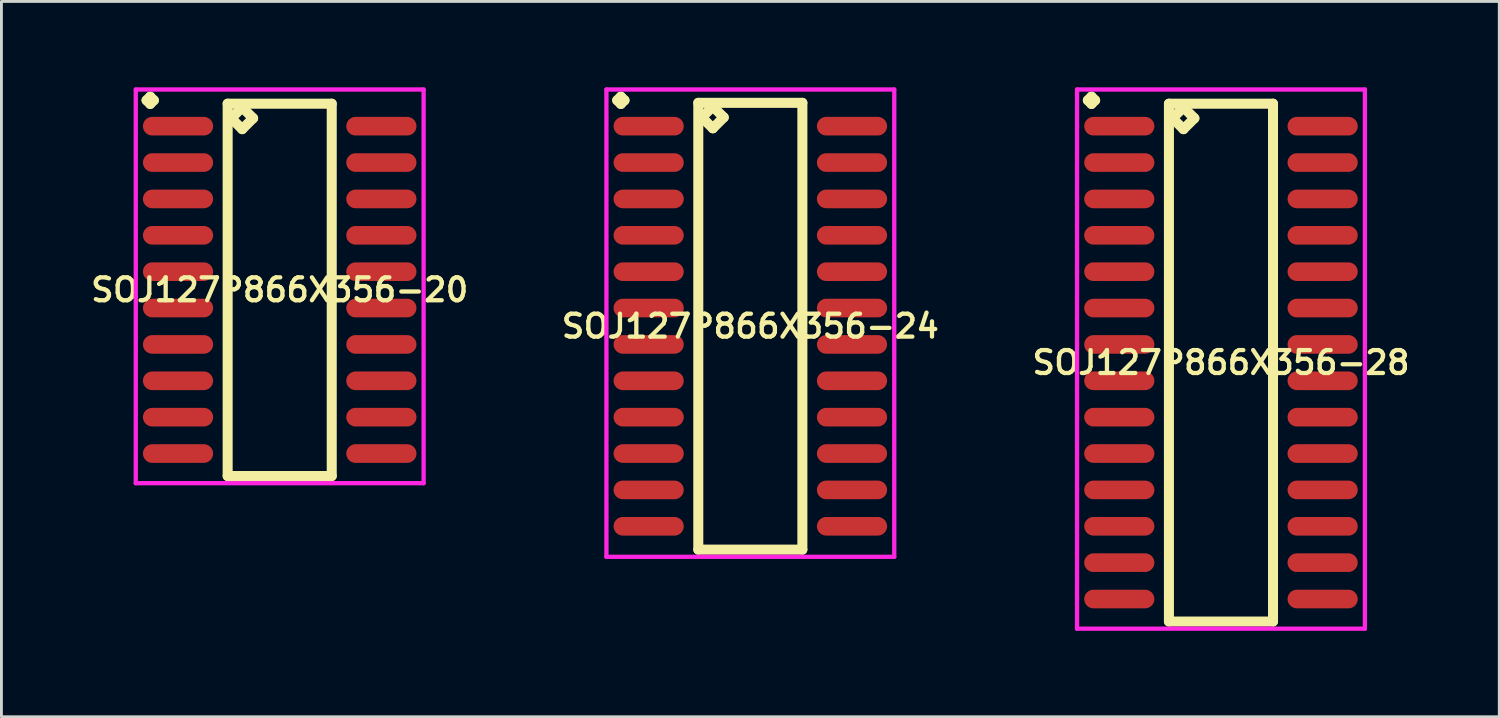
<source format=kicad_pcb>
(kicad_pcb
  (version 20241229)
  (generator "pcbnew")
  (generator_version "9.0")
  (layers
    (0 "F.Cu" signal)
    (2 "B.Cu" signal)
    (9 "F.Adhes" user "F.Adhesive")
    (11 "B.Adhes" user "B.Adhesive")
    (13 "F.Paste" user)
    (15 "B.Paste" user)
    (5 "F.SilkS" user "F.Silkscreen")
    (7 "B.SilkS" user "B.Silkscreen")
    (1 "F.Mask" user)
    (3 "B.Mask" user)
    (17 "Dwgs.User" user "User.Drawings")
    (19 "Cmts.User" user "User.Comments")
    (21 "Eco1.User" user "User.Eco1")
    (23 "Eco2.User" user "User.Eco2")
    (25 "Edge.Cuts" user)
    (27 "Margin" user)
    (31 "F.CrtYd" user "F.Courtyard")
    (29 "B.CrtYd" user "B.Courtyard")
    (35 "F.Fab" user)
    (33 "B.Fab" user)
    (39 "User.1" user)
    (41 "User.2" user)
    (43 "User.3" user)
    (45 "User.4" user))
  (footprint "SOJ127P866X356-20"
    (layer "F.Cu")
    (at 6.716 7.071)
    (property "Reference" "SOJ127P866X356-20" (at 0 0 0) (layer "F.SilkS") (effects (font (size 0.8 0.8) (thickness 0.15))))
    (attr smd)
    (fp_line (start -4.648 -6.619) (end -4.521 -6.746) (stroke (width 0.35) (type solid)) (layer "F.SilkS"))
    (fp_line (start -4.521 -6.746) (end -4.394 -6.619) (stroke (width 0.35) (type solid)) (layer "F.SilkS"))
    (fp_line (start -4.521 -6.492) (end -4.648 -6.619) (stroke (width 0.35) (type solid)) (layer "F.SilkS"))
    (fp_line (start -4.394 -6.619) (end -4.521 -6.492) (stroke (width 0.35) (type solid)) (layer "F.SilkS"))
    (fp_line (start -1.817 -6.5) (end -1.817 6.5) (stroke (width 0.35) (type solid)) (layer "F.SilkS"))
    (fp_line (start -1.817 6.5) (end 1.817 6.5) (stroke (width 0.35) (type solid)) (layer "F.SilkS"))
    (fp_line (start -1.69 -5.992) (end -1.309 -6.373) (stroke (width 0.35) (type solid)) (layer "F.SilkS"))
    (fp_line (start -1.309 -6.373) (end -0.928 -5.992) (stroke (width 0.35) (type solid)) (layer "F.SilkS"))
    (fp_line (start -1.309 -5.611) (end -1.69 -5.992) (stroke (width 0.35) (type solid)) (layer "F.SilkS"))
    (fp_line (start -0.928 -5.992) (end -1.309 -5.611) (stroke (width 0.35) (type solid)) (layer "F.SilkS"))
    (fp_line (start 1.817 -6.5) (end -1.817 -6.5) (stroke (width 0.35) (type solid)) (layer "F.SilkS"))
    (fp_line (start 1.817 6.5) (end 1.817 -6.5) (stroke (width 0.35) (type solid)) (layer "F.SilkS"))
    (fp_line (start -5.025 -6.996) (end 5.025 -6.996) (stroke (width 0.15) (type solid)) (layer "F.CrtYd"))
    (fp_line (start -5.025 6.75) (end -5.025 -6.996) (stroke (width 0.15) (type solid)) (layer "F.CrtYd"))
    (fp_line (start 5.025 -6.996) (end 5.025 6.75) (stroke (width 0.15) (type solid)) (layer "F.CrtYd"))
    (fp_line (start 5.025 6.75) (end -5.025 6.75) (stroke (width 0.15) (type solid)) (layer "F.CrtYd"))
    (pad "1" smd oval (at -3.55 -5.715) (size 2.45 0.65) (layers "F.Cu" "F.Mask" "F.Paste"))
    (pad "2" smd oval (at -3.55 -4.445) (size 2.45 0.65) (layers "F.Cu" "F.Mask" "F.Paste"))
    (pad "3" smd oval (at -3.55 -3.175) (size 2.45 0.65) (layers "F.Cu" "F.Mask" "F.Paste"))
    (pad "4" smd oval (at -3.55 -1.905) (size 2.45 0.65) (layers "F.Cu" "F.Mask" "F.Paste"))
    (pad "5" smd oval (at -3.55 -0.635) (size 2.45 0.65) (layers "F.Cu" "F.Mask" "F.Paste"))
    (pad "6" smd oval (at -3.55 0.635) (size 2.45 0.65) (layers "F.Cu" "F.Mask" "F.Paste"))
    (pad "7" smd oval (at -3.55 1.905) (size 2.45 0.65) (layers "F.Cu" "F.Mask" "F.Paste"))
    (pad "8" smd oval (at -3.55 3.175) (size 2.45 0.65) (layers "F.Cu" "F.Mask" "F.Paste"))
    (pad "9" smd oval (at -3.55 4.445) (size 2.45 0.65) (layers "F.Cu" "F.Mask" "F.Paste"))
    (pad "10" smd oval (at -3.55 5.715) (size 2.45 0.65) (layers "F.Cu" "F.Mask" "F.Paste"))
    (pad "11" smd oval (at 3.55 5.715) (size 2.45 0.65) (layers "F.Cu" "F.Mask" "F.Paste"))
    (pad "12" smd oval (at 3.55 4.445) (size 2.45 0.65) (layers "F.Cu" "F.Mask" "F.Paste"))
    (pad "13" smd oval (at 3.55 3.175) (size 2.45 0.65) (layers "F.Cu" "F.Mask" "F.Paste"))
    (pad "14" smd oval (at 3.55 1.905) (size 2.45 0.65) (layers "F.Cu" "F.Mask" "F.Paste"))
    (pad "15" smd oval (at 3.55 0.635) (size 2.45 0.65) (layers "F.Cu" "F.Mask" "F.Paste"))
    (pad "16" smd oval (at 3.55 -0.635) (size 2.45 0.65) (layers "F.Cu" "F.Mask" "F.Paste"))
    (pad "17" smd oval (at 3.55 -1.905) (size 2.45 0.65) (layers "F.Cu" "F.Mask" "F.Paste"))
    (pad "18" smd oval (at 3.55 -3.175) (size 2.45 0.65) (layers "F.Cu" "F.Mask" "F.Paste"))
    (pad "19" smd oval (at 3.55 -4.445) (size 2.45 0.65) (layers "F.Cu" "F.Mask" "F.Paste"))
    (pad "20" smd oval (at 3.55 -5.715) (size 2.45 0.65) (layers "F.Cu" "F.Mask" "F.Paste")))
  (footprint "SOJ127P866X356-24"
    (layer "F.Cu")
    (at 23.149 8.341)
    (property "Reference" "SOJ127P866X356-24" (at 0 0 0) (layer "F.SilkS") (effects (font (size 0.8 0.8) (thickness 0.15))))
    (attr smd)
    (fp_line (start -4.648 -7.889) (end -4.521 -8.016) (stroke (width 0.35) (type solid)) (layer "F.SilkS"))
    (fp_line (start -4.521 -8.016) (end -4.394 -7.889) (stroke (width 0.35) (type solid)) (layer "F.SilkS"))
    (fp_line (start -4.521 -7.762) (end -4.648 -7.889) (stroke (width 0.35) (type solid)) (layer "F.SilkS"))
    (fp_line (start -4.394 -7.889) (end -4.521 -7.762) (stroke (width 0.35) (type solid)) (layer "F.SilkS"))
    (fp_line (start -1.817 -7.8) (end -1.817 7.8) (stroke (width 0.35) (type solid)) (layer "F.SilkS"))
    (fp_line (start -1.817 7.8) (end 1.817 7.8) (stroke (width 0.35) (type solid)) (layer "F.SilkS"))
    (fp_line (start -1.69 -7.292) (end -1.309 -7.673) (stroke (width 0.35) (type solid)) (layer "F.SilkS"))
    (fp_line (start -1.309 -7.673) (end -0.928 -7.292) (stroke (width 0.35) (type solid)) (layer "F.SilkS"))
    (fp_line (start -1.309 -6.911) (end -1.69 -7.292) (stroke (width 0.35) (type solid)) (layer "F.SilkS"))
    (fp_line (start -0.928 -7.292) (end -1.309 -6.911) (stroke (width 0.35) (type solid)) (layer "F.SilkS"))
    (fp_line (start 1.817 -7.8) (end -1.817 -7.8) (stroke (width 0.35) (type solid)) (layer "F.SilkS"))
    (fp_line (start 1.817 7.8) (end 1.817 -7.8) (stroke (width 0.35) (type solid)) (layer "F.SilkS"))
    (fp_line (start -5.025 -8.266) (end 5.025 -8.266) (stroke (width 0.15) (type solid)) (layer "F.CrtYd"))
    (fp_line (start -5.025 8.05) (end -5.025 -8.266) (stroke (width 0.15) (type solid)) (layer "F.CrtYd"))
    (fp_line (start 5.025 -8.266) (end 5.025 8.05) (stroke (width 0.15) (type solid)) (layer "F.CrtYd"))
    (fp_line (start 5.025 8.05) (end -5.025 8.05) (stroke (width 0.15) (type solid)) (layer "F.CrtYd"))
    (pad "1" smd oval (at -3.55 -6.985) (size 2.45 0.65) (layers "F.Cu" "F.Mask" "F.Paste"))
    (pad "2" smd oval (at -3.55 -5.715) (size 2.45 0.65) (layers "F.Cu" "F.Mask" "F.Paste"))
    (pad "3" smd oval (at -3.55 -4.445) (size 2.45 0.65) (layers "F.Cu" "F.Mask" "F.Paste"))
    (pad "4" smd oval (at -3.55 -3.175) (size 2.45 0.65) (layers "F.Cu" "F.Mask" "F.Paste"))
    (pad "5" smd oval (at -3.55 -1.905) (size 2.45 0.65) (layers "F.Cu" "F.Mask" "F.Paste"))
    (pad "6" smd oval (at -3.55 -0.635) (size 2.45 0.65) (layers "F.Cu" "F.Mask" "F.Paste"))
    (pad "7" smd oval (at -3.55 0.635) (size 2.45 0.65) (layers "F.Cu" "F.Mask" "F.Paste"))
    (pad "8" smd oval (at -3.55 1.905) (size 2.45 0.65) (layers "F.Cu" "F.Mask" "F.Paste"))
    (pad "9" smd oval (at -3.55 3.175) (size 2.45 0.65) (layers "F.Cu" "F.Mask" "F.Paste"))
    (pad "10" smd oval (at -3.55 4.445) (size 2.45 0.65) (layers "F.Cu" "F.Mask" "F.Paste"))
    (pad "11" smd oval (at -3.55 5.715) (size 2.45 0.65) (layers "F.Cu" "F.Mask" "F.Paste"))
    (pad "12" smd oval (at -3.55 6.985) (size 2.45 0.65) (layers "F.Cu" "F.Mask" "F.Paste"))
    (pad "13" smd oval (at 3.55 6.985) (size 2.45 0.65) (layers "F.Cu" "F.Mask" "F.Paste"))
    (pad "14" smd oval (at 3.55 5.715) (size 2.45 0.65) (layers "F.Cu" "F.Mask" "F.Paste"))
    (pad "15" smd oval (at 3.55 4.445) (size 2.45 0.65) (layers "F.Cu" "F.Mask" "F.Paste"))
    (pad "16" smd oval (at 3.55 3.175) (size 2.45 0.65) (layers "F.Cu" "F.Mask" "F.Paste"))
    (pad "17" smd oval (at 3.55 1.905) (size 2.45 0.65) (layers "F.Cu" "F.Mask" "F.Paste"))
    (pad "18" smd oval (at 3.55 0.635) (size 2.45 0.65) (layers "F.Cu" "F.Mask" "F.Paste"))
    (pad "19" smd oval (at 3.55 -0.635) (size 2.45 0.65) (layers "F.Cu" "F.Mask" "F.Paste"))
    (pad "20" smd oval (at 3.55 -1.905) (size 2.45 0.65) (layers "F.Cu" "F.Mask" "F.Paste"))
    (pad "21" smd oval (at 3.55 -3.175) (size 2.45 0.65) (layers "F.Cu" "F.Mask" "F.Paste"))
    (pad "22" smd oval (at 3.55 -4.445) (size 2.45 0.65) (layers "F.Cu" "F.Mask" "F.Paste"))
    (pad "23" smd oval (at 3.55 -5.715) (size 2.45 0.65) (layers "F.Cu" "F.Mask" "F.Paste"))
    (pad "24" smd oval (at 3.55 -6.985) (size 2.45 0.65) (layers "F.Cu" "F.Mask" "F.Paste")))
  (footprint "SOJ127P866X356-28"
    (layer "F.Cu")
    (at 39.582 9.611)
    (property "Reference" "SOJ127P866X356-28" (at 0 0 0) (layer "F.SilkS") (effects (font (size 0.8 0.8) (thickness 0.15))))
    (attr smd)
    (fp_line (start -4.648 -9.159) (end -4.521 -9.286) (stroke (width 0.35) (type solid)) (layer "F.SilkS"))
    (fp_line (start -4.521 -9.286) (end -4.394 -9.159) (stroke (width 0.35) (type solid)) (layer "F.SilkS"))
    (fp_line (start -4.521 -9.032) (end -4.648 -9.159) (stroke (width 0.35) (type solid)) (layer "F.SilkS"))
    (fp_line (start -4.394 -9.159) (end -4.521 -9.032) (stroke (width 0.35) (type solid)) (layer "F.SilkS"))
    (fp_line (start -1.817 -9.04) (end -1.817 9.04) (stroke (width 0.35) (type solid)) (layer "F.SilkS"))
    (fp_line (start -1.817 9.04) (end 1.817 9.04) (stroke (width 0.35) (type solid)) (layer "F.SilkS"))
    (fp_line (start -1.69 -8.532) (end -1.309 -8.913) (stroke (width 0.35) (type solid)) (layer "F.SilkS"))
    (fp_line (start -1.309 -8.913) (end -0.928 -8.532) (stroke (width 0.35) (type solid)) (layer "F.SilkS"))
    (fp_line (start -1.309 -8.151) (end -1.69 -8.532) (stroke (width 0.35) (type solid)) (layer "F.SilkS"))
    (fp_line (start -0.928 -8.532) (end -1.309 -8.151) (stroke (width 0.35) (type solid)) (layer "F.SilkS"))
    (fp_line (start 1.817 -9.04) (end -1.817 -9.04) (stroke (width 0.35) (type solid)) (layer "F.SilkS"))
    (fp_line (start 1.817 9.04) (end 1.817 -9.04) (stroke (width 0.35) (type solid)) (layer "F.SilkS"))
    (fp_line (start -5.025 -9.536) (end 5.025 -9.536) (stroke (width 0.15) (type solid)) (layer "F.CrtYd"))
    (fp_line (start -5.025 9.29) (end -5.025 -9.536) (stroke (width 0.15) (type solid)) (layer "F.CrtYd"))
    (fp_line (start 5.025 -9.536) (end 5.025 9.29) (stroke (width 0.15) (type solid)) (layer "F.CrtYd"))
    (fp_line (start 5.025 9.29) (end -5.025 9.29) (stroke (width 0.15) (type solid)) (layer "F.CrtYd"))
    (pad "1" smd oval (at -3.55 -8.255) (size 2.45 0.65) (layers "F.Cu" "F.Mask" "F.Paste"))
    (pad "2" smd oval (at -3.55 -6.985) (size 2.45 0.65) (layers "F.Cu" "F.Mask" "F.Paste"))
    (pad "3" smd oval (at -3.55 -5.715) (size 2.45 0.65) (layers "F.Cu" "F.Mask" "F.Paste"))
    (pad "4" smd oval (at -3.55 -4.445) (size 2.45 0.65) (layers "F.Cu" "F.Mask" "F.Paste"))
    (pad "5" smd oval (at -3.55 -3.175) (size 2.45 0.65) (layers "F.Cu" "F.Mask" "F.Paste"))
    (pad "6" smd oval (at -3.55 -1.905) (size 2.45 0.65) (layers "F.Cu" "F.Mask" "F.Paste"))
    (pad "7" smd oval (at -3.55 -0.635) (size 2.45 0.65) (layers "F.Cu" "F.Mask" "F.Paste"))
    (pad "8" smd oval (at -3.55 0.635) (size 2.45 0.65) (layers "F.Cu" "F.Mask" "F.Paste"))
    (pad "9" smd oval (at -3.55 1.905) (size 2.45 0.65) (layers "F.Cu" "F.Mask" "F.Paste"))
    (pad "10" smd oval (at -3.55 3.175) (size 2.45 0.65) (layers "F.Cu" "F.Mask" "F.Paste"))
    (pad "11" smd oval (at -3.55 4.445) (size 2.45 0.65) (layers "F.Cu" "F.Mask" "F.Paste"))
    (pad "12" smd oval (at -3.55 5.715) (size 2.45 0.65) (layers "F.Cu" "F.Mask" "F.Paste"))
    (pad "13" smd oval (at -3.55 6.985) (size 2.45 0.65) (layers "F.Cu" "F.Mask" "F.Paste"))
    (pad "14" smd oval (at -3.55 8.255) (size 2.45 0.65) (layers "F.Cu" "F.Mask" "F.Paste"))
    (pad "15" smd oval (at 3.55 8.255) (size 2.45 0.65) (layers "F.Cu" "F.Mask" "F.Paste"))
    (pad "16" smd oval (at 3.55 6.985) (size 2.45 0.65) (layers "F.Cu" "F.Mask" "F.Paste"))
    (pad "17" smd oval (at 3.55 5.715) (size 2.45 0.65) (layers "F.Cu" "F.Mask" "F.Paste"))
    (pad "18" smd oval (at 3.55 4.445) (size 2.45 0.65) (layers "F.Cu" "F.Mask" "F.Paste"))
    (pad "19" smd oval (at 3.55 3.175) (size 2.45 0.65) (layers "F.Cu" "F.Mask" "F.Paste"))
    (pad "20" smd oval (at 3.55 1.905) (size 2.45 0.65) (layers "F.Cu" "F.Mask" "F.Paste"))
    (pad "21" smd oval (at 3.55 0.635) (size 2.45 0.65) (layers "F.Cu" "F.Mask" "F.Paste"))
    (pad "22" smd oval (at 3.55 -0.635) (size 2.45 0.65) (layers "F.Cu" "F.Mask" "F.Paste"))
    (pad "23" smd oval (at 3.55 -1.905) (size 2.45 0.65) (layers "F.Cu" "F.Mask" "F.Paste"))
    (pad "24" smd oval (at 3.55 -3.175) (size 2.45 0.65) (layers "F.Cu" "F.Mask" "F.Paste"))
    (pad "25" smd oval (at 3.55 -4.445) (size 2.45 0.65) (layers "F.Cu" "F.Mask" "F.Paste"))
    (pad "26" smd oval (at 3.55 -5.715) (size 2.45 0.65) (layers "F.Cu" "F.Mask" "F.Paste"))
    (pad "27" smd oval (at 3.55 -6.985) (size 2.45 0.65) (layers "F.Cu" "F.Mask" "F.Paste"))
    (pad "28" smd oval (at 3.55 -8.255) (size 2.45 0.65) (layers "F.Cu" "F.Mask" "F.Paste")))
  (gr_rect
    (start -3 -3)
    (end 49.299 21.976)
    (stroke (width 0.1) (type default))
    (fill no)
    (layer "Edge.Cuts")))
</source>
